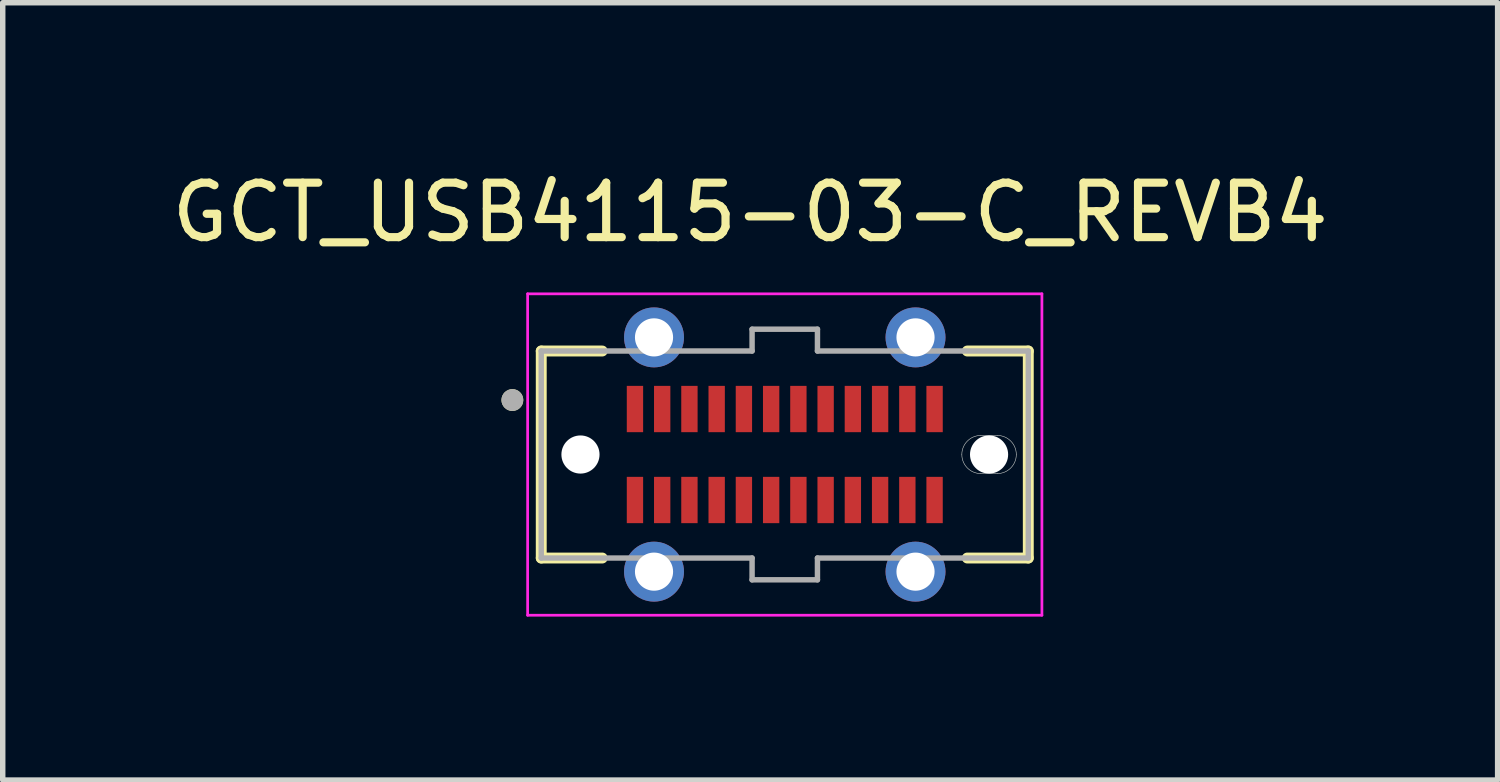
<source format=kicad_pcb>
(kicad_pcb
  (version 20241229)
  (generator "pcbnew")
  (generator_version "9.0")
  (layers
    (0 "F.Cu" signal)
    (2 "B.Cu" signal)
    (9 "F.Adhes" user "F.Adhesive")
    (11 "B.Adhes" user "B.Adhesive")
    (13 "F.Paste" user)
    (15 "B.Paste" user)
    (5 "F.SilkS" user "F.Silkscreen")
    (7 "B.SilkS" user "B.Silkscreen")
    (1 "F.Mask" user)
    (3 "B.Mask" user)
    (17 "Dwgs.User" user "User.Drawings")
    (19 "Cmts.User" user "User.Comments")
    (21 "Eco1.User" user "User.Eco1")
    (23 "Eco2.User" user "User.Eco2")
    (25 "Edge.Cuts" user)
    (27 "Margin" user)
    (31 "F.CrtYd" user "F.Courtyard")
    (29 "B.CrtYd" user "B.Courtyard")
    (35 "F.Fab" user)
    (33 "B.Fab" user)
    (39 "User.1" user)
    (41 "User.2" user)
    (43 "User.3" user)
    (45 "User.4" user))
  (footprint "GCT_USB4115-03-C_REVB4"
    (layer "F.Cu")
    (at 11.355 5.293)
    (property "Reference" "GCT_USB4115-03-C_REVB4" (at -0.635 -4.445 0) (layer "F.SilkS") (effects (font (size 1 1) (thickness 0.15))))
    (attr smd)
    (fp_line (start -4.47 -1.9) (end -3.35 -1.9) (stroke (width 0.2) (type solid)) (layer "F.SilkS"))
    (fp_line (start -4.47 1.9) (end -4.47 -1.9) (stroke (width 0.2) (type solid)) (layer "F.SilkS"))
    (fp_line (start -4.47 1.9) (end -3.35 1.9) (stroke (width 0.2) (type solid)) (layer "F.SilkS"))
    (fp_line (start 3.35 -1.9) (end 4.47 -1.9) (stroke (width 0.2) (type solid)) (layer "F.SilkS"))
    (fp_line (start 3.35 1.9) (end 4.47 1.9) (stroke (width 0.2) (type solid)) (layer "F.SilkS"))
    (fp_line (start 4.47 1.9) (end 4.47 -1.9) (stroke (width 0.2) (type solid)) (layer "F.SilkS"))
    (fp_circle (center -5 -1) (end -4.9 -1) (stroke (width 0.2) (type solid)) (fill no) (layer "F.SilkS"))
    (fp_line (start 3.6 0.35) (end 3.75 0.35) (stroke (width 0.01) (type solid)) (layer "Edge.Cuts"))
    (fp_line (start 3.75 -0.35) (end 3.6 -0.35) (stroke (width 0.01) (type solid)) (layer "Edge.Cuts"))
    (fp_line (start 3.75 0.35) (end 3.9 0.35) (stroke (width 0.01) (type solid)) (layer "Edge.Cuts"))
    (fp_line (start 3.9 -0.35) (end 3.75 -0.35) (stroke (width 0.01) (type solid)) (layer "Edge.Cuts"))
    (fp_arc (start 3.25 0) (mid 3.352513 -0.247487) (end 3.6 -0.35) (stroke (width 0.01) (type solid)) (layer "Edge.Cuts"))
    (fp_arc (start 3.6 0.35) (mid 3.352513 0.247487) (end 3.25 0) (stroke (width 0.01) (type solid)) (layer "Edge.Cuts"))
    (fp_arc (start 3.9 -0.35) (mid 4.147487 -0.247487) (end 4.25 0) (stroke (width 0.01) (type solid)) (layer "Edge.Cuts"))
    (fp_arc (start 4.25 0) (mid 4.147487 0.247487) (end 3.9 0.35) (stroke (width 0.01) (type solid)) (layer "Edge.Cuts"))
    (fp_line (start -4.72 -2.95) (end 4.72 -2.95) (stroke (width 0.05) (type solid)) (layer "F.CrtYd"))
    (fp_line (start -4.72 2.95) (end -4.72 -2.95) (stroke (width 0.05) (type solid)) (layer "F.CrtYd"))
    (fp_line (start -4.72 2.95) (end 4.72 2.95) (stroke (width 0.05) (type solid)) (layer "F.CrtYd"))
    (fp_line (start 4.72 2.95) (end 4.72 -2.95) (stroke (width 0.05) (type solid)) (layer "F.CrtYd"))
    (fp_line (start -4.47 -1.9) (end -0.6 -1.9) (stroke (width 0.1) (type solid)) (layer "F.Fab"))
    (fp_line (start -4.47 1.9) (end -4.47 -1.9) (stroke (width 0.1) (type solid)) (layer "F.Fab"))
    (fp_line (start -4.47 1.9) (end -0.6 1.9) (stroke (width 0.1) (type solid)) (layer "F.Fab"))
    (fp_line (start -0.6 -2.3) (end 0.6 -2.3) (stroke (width 0.1) (type solid)) (layer "F.Fab"))
    (fp_line (start -0.6 -1.9) (end -0.6 -2.3) (stroke (width 0.1) (type solid)) (layer "F.Fab"))
    (fp_line (start -0.6 2.3) (end -0.6 1.9) (stroke (width 0.1) (type solid)) (layer "F.Fab"))
    (fp_line (start -0.6 2.3) (end 0.6 2.3) (stroke (width 0.1) (type solid)) (layer "F.Fab"))
    (fp_line (start 0.6 -1.9) (end 0.6 -2.3) (stroke (width 0.1) (type solid)) (layer "F.Fab"))
    (fp_line (start 0.6 -1.9) (end 4.47 -1.9) (stroke (width 0.1) (type solid)) (layer "F.Fab"))
    (fp_line (start 0.6 1.9) (end 4.47 1.9) (stroke (width 0.1) (type solid)) (layer "F.Fab"))
    (fp_line (start 0.6 2.3) (end 0.6 1.9) (stroke (width 0.1) (type solid)) (layer "F.Fab"))
    (fp_line (start 4.47 1.9) (end 4.47 -1.9) (stroke (width 0.1) (type solid)) (layer "F.Fab"))
    (fp_circle (center -5 -1) (end -4.9 -1) (stroke (width 0.2) (type solid)) (fill no) (layer "F.Fab"))
    (pad "" np_thru_hole circle (at -3.75 0) (size 0.7 0.7) (drill 0.7) (layers "*.Cu" "*.Mask"))
    (pad "" np_thru_hole circle (at 3.75 0) (size 0.7 0.7) (drill 0.7) (layers "*.Cu" "*.Mask"))
    (pad "A1" smd rect (at -2.75 -0.835) (size 0.3 0.85) (layers "F.Cu" "F.Mask" "F.Paste"))
    (pad "A2" smd rect (at -2.25 -0.835) (size 0.3 0.85) (layers "F.Cu" "F.Mask" "F.Paste"))
    (pad "A3" smd rect (at -1.75 -0.835) (size 0.3 0.85) (layers "F.Cu" "F.Mask" "F.Paste"))
    (pad "A4" smd rect (at -1.25 -0.835) (size 0.3 0.85) (layers "F.Cu" "F.Mask" "F.Paste"))
    (pad "A5" smd rect (at -0.75 -0.835) (size 0.3 0.85) (layers "F.Cu" "F.Mask" "F.Paste"))
    (pad "A6" smd rect (at -0.25 -0.835) (size 0.3 0.85) (layers "F.Cu" "F.Mask" "F.Paste"))
    (pad "A7" smd rect (at 0.25 -0.835) (size 0.3 0.85) (layers "F.Cu" "F.Mask" "F.Paste"))
    (pad "A8" smd rect (at 0.75 -0.835) (size 0.3 0.85) (layers "F.Cu" "F.Mask" "F.Paste"))
    (pad "A9" smd rect (at 1.25 -0.835) (size 0.3 0.85) (layers "F.Cu" "F.Mask" "F.Paste"))
    (pad "A10" smd rect (at 1.75 -0.835) (size 0.3 0.85) (layers "F.Cu" "F.Mask" "F.Paste"))
    (pad "A11" smd rect (at 2.25 -0.835) (size 0.3 0.85) (layers "F.Cu" "F.Mask" "F.Paste"))
    (pad "A12" smd rect (at 2.75 -0.835) (size 0.3 0.85) (layers "F.Cu" "F.Mask" "F.Paste"))
    (pad "B1" smd rect (at 2.75 0.835) (size 0.3 0.85) (layers "F.Cu" "F.Mask" "F.Paste"))
    (pad "B2" smd rect (at 2.25 0.835) (size 0.3 0.85) (layers "F.Cu" "F.Mask" "F.Paste"))
    (pad "B3" smd rect (at 1.75 0.835) (size 0.3 0.85) (layers "F.Cu" "F.Mask" "F.Paste"))
    (pad "B4" smd rect (at 1.25 0.835) (size 0.3 0.85) (layers "F.Cu" "F.Mask" "F.Paste"))
    (pad "B5" smd rect (at 0.75 0.835) (size 0.3 0.85) (layers "F.Cu" "F.Mask" "F.Paste"))
    (pad "B6" smd rect (at 0.25 0.835) (size 0.3 0.85) (layers "F.Cu" "F.Mask" "F.Paste"))
    (pad "B7" smd rect (at -0.25 0.835) (size 0.3 0.85) (layers "F.Cu" "F.Mask" "F.Paste"))
    (pad "B8" smd rect (at -0.75 0.835) (size 0.3 0.85) (layers "F.Cu" "F.Mask" "F.Paste"))
    (pad "B9" smd rect (at -1.25 0.835) (size 0.3 0.85) (layers "F.Cu" "F.Mask" "F.Paste"))
    (pad "B10" smd rect (at -1.75 0.835) (size 0.3 0.85) (layers "F.Cu" "F.Mask" "F.Paste"))
    (pad "B11" smd rect (at -2.25 0.835) (size 0.3 0.85) (layers "F.Cu" "F.Mask" "F.Paste"))
    (pad "B12" smd rect (at -2.75 0.835) (size 0.3 0.85) (layers "F.Cu" "F.Mask" "F.Paste"))
    (pad "S1" thru_hole circle (at -2.4 -2.15) (size 1.1 1.1) (drill 0.7) (layers "*.Cu" "*.Mask"))
    (pad "S2" thru_hole circle (at -2.4 2.15) (size 1.1 1.1) (drill 0.7) (layers "*.Cu" "*.Mask"))
    (pad "S3" thru_hole circle (at 2.4 2.15) (size 1.1 1.1) (drill 0.7) (layers "*.Cu" "*.Mask"))
    (pad "S4" thru_hole circle (at 2.4 -2.15) (size 1.1 1.1) (drill 0.7) (layers "*.Cu" "*.Mask"))
    (zone (net_name "") (layer "F.Cu") (hatch full 0.508) (connect_pads) (min_thickness 0.01) (filled_areas_thickness no) (keepout (tracks not_allowed) (vias not_allowed) (pads not_allowed) (copperpour not_allowed) (footprints allowed)) (placement (enabled no)) (fill) (polygon (pts (xy 10.555 3.493) (xy 12.155 3.493) (xy 12.155 2.793) (xy 10.555 2.793))))
    (zone (net_name "") (layer "F.Cu") (hatch full 0.508) (connect_pads) (min_thickness 0.01) (filled_areas_thickness no) (keepout (tracks not_allowed) (vias not_allowed) (pads not_allowed) (copperpour not_allowed) (footprints allowed)) (placement (enabled no)) (fill) (polygon (pts (xy 10.555 7.093) (xy 12.155 7.093) (xy 12.155 7.793) (xy 10.555 7.793))))
    (zone (net_name "") (layers "F.Cu" "B.Cu") (hatch full 0.508) (connect_pads) (min_thickness 0.01) (filled_areas_thickness no) (keepout (tracks allowed) (vias not_allowed) (pads allowed) (copperpour allowed) (footprints allowed)) (placement (enabled no)) (fill) (polygon (pts (xy 10.555 3.493) (xy 12.155 3.493) (xy 12.155 2.793) (xy 10.555 2.793))))
    (zone (net_name "") (layers "F.Cu" "B.Cu") (hatch full 0.508) (connect_pads) (min_thickness 0.01) (filled_areas_thickness no) (keepout (tracks allowed) (vias not_allowed) (pads allowed) (copperpour allowed) (footprints allowed)) (placement (enabled no)) (fill) (polygon (pts (xy 10.555 7.093) (xy 12.155 7.093) (xy 12.155 7.793) (xy 10.555 7.793)))))
  (gr_rect
    (start -3 -3)
    (end 24.44 11.268)
    (stroke (width 0.1) (type default))
    (fill no)
    (layer "Edge.Cuts")))
</source>
